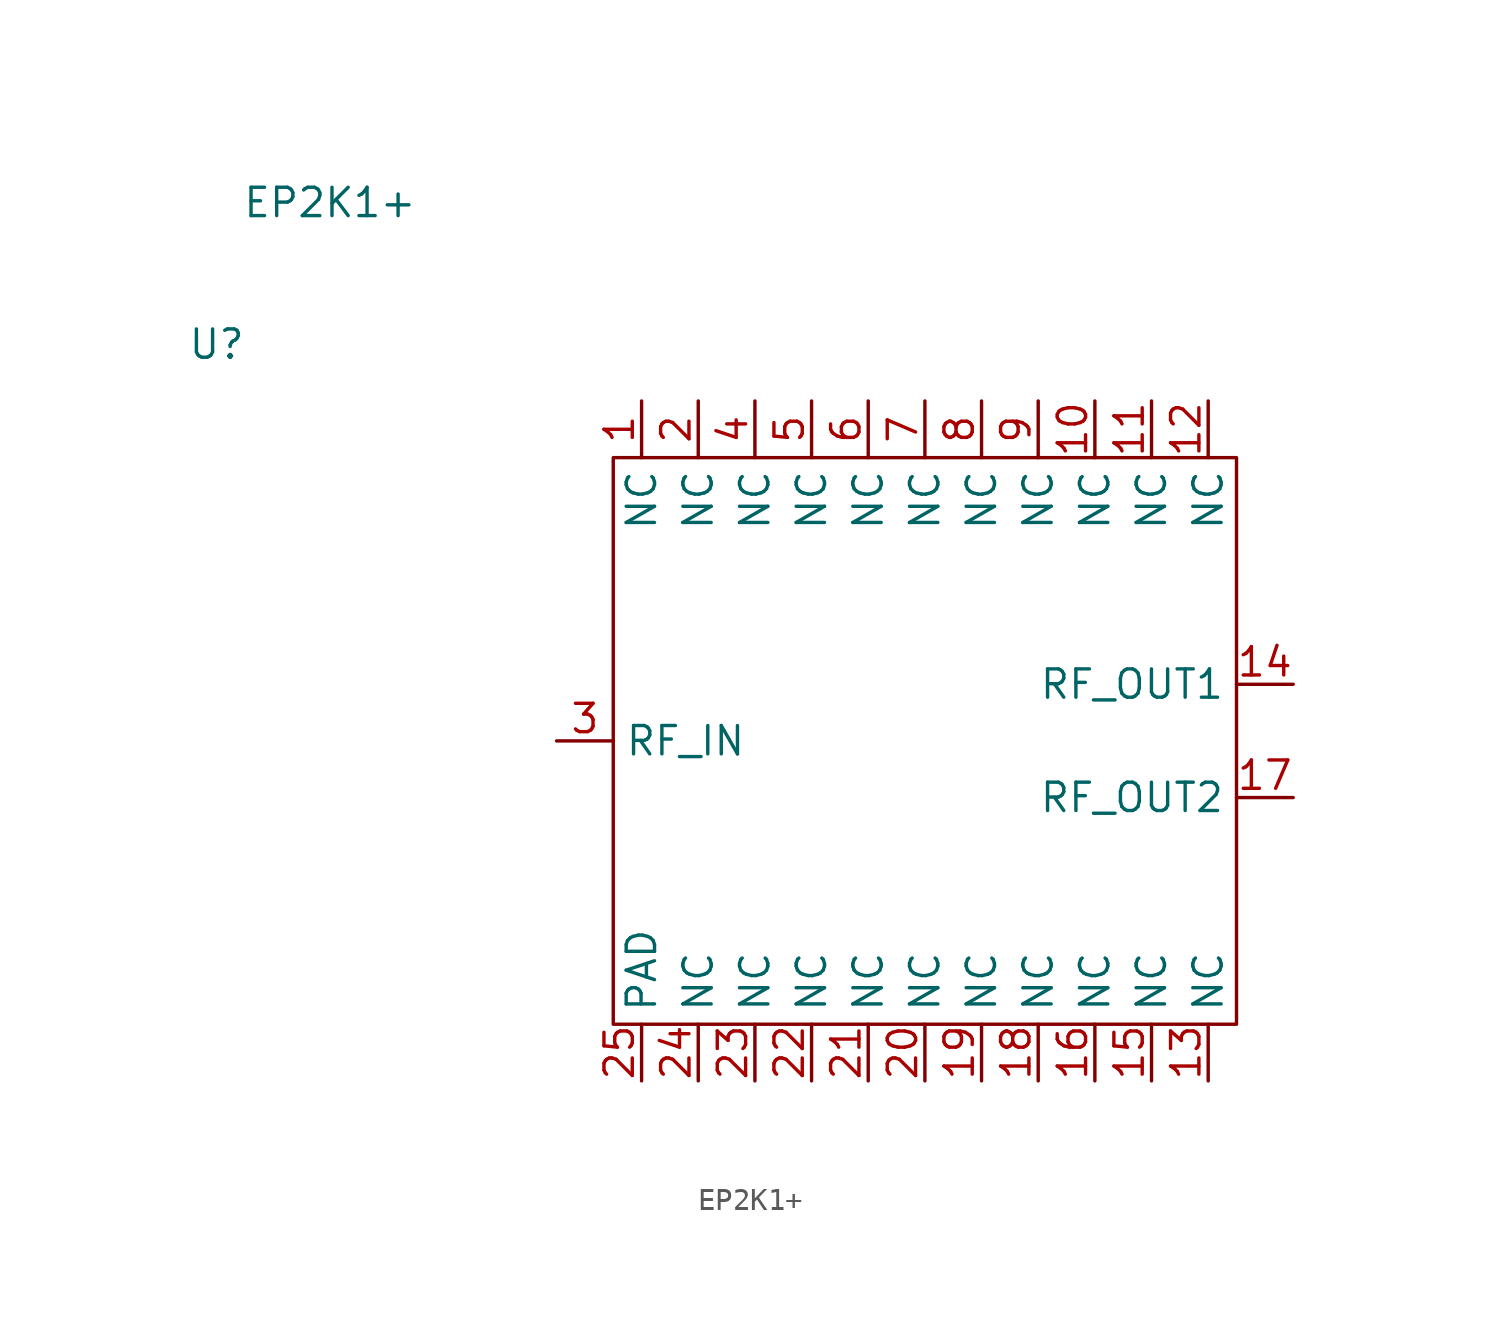
<source format=kicad_sym>
(kicad_symbol_lib
  (version 20211014)
  (generator kicad_symbol_editor)
  (symbol "EP2K1+"
    (property "Reference" "U"
      (at -31.75 17.78 0)
      (effects (font (size 1.27 1.27))))
    (property "Value" "EP2K1+"
      (at -26.67 24.13 0)
      (effects (font (size 1.27 1.27))))
    (symbol "EP2K1+_0_1"
      (rectangle (start -13.97 12.7) (end 13.97 -12.7) (stroke (width 0) (type default) (color 0 0 0 0)) (fill (type none))))
    (symbol "EP2K1+_1_1"
      (pin passive line (at -12.7 15.24 270) (length 2.54) (name "NC" (effects (font (size 1.27 1.27)))) (number "1" (effects (font (size 1.27 1.27)))))
      (pin passive line (at 7.62 15.24 270) (length 2.54) (name "NC" (effects (font (size 1.27 1.27)))) (number "10" (effects (font (size 1.27 1.27)))))
      (pin passive line (at 10.16 15.24 270) (length 2.54) (name "NC" (effects (font (size 1.27 1.27)))) (number "11" (effects (font (size 1.27 1.27)))))
      (pin passive line (at 12.7 15.24 270) (length 2.54) (name "NC" (effects (font (size 1.27 1.27)))) (number "12" (effects (font (size 1.27 1.27)))))
      (pin passive line (at 12.7 -15.24 90) (length 2.54) (name "NC" (effects (font (size 1.27 1.27)))) (number "13" (effects (font (size 1.27 1.27)))))
      (pin output line (at 16.51 2.54 180) (length 2.54) (name "RF_OUT1" (effects (font (size 1.27 1.27)))) (number "14" (effects (font (size 1.27 1.27)))))
      (pin passive line (at 10.16 -15.24 90) (length 2.54) (name "NC" (effects (font (size 1.27 1.27)))) (number "15" (effects (font (size 1.27 1.27)))))
      (pin passive line (at 7.62 -15.24 90) (length 2.54) (name "NC" (effects (font (size 1.27 1.27)))) (number "16" (effects (font (size 1.27 1.27)))))
      (pin output line (at 16.51 -2.54 180) (length 2.54) (name "RF_OUT2" (effects (font (size 1.27 1.27)))) (number "17" (effects (font (size 1.27 1.27)))))
      (pin passive line (at 5.08 -15.24 90) (length 2.54) (name "NC" (effects (font (size 1.27 1.27)))) (number "18" (effects (font (size 1.27 1.27)))))
      (pin passive line (at 2.54 -15.24 90) (length 2.54) (name "NC" (effects (font (size 1.27 1.27)))) (number "19" (effects (font (size 1.27 1.27)))))
      (pin passive line (at -10.16 15.24 270) (length 2.54) (name "NC" (effects (font (size 1.27 1.27)))) (number "2" (effects (font (size 1.27 1.27)))))
      (pin passive line (at 0 -15.24 90) (length 2.54) (name "NC" (effects (font (size 1.27 1.27)))) (number "20" (effects (font (size 1.27 1.27)))))
      (pin passive line (at -2.54 -15.24 90) (length 2.54) (name "NC" (effects (font (size 1.27 1.27)))) (number "21" (effects (font (size 1.27 1.27)))))
      (pin passive line (at -5.08 -15.24 90) (length 2.54) (name "NC" (effects (font (size 1.27 1.27)))) (number "22" (effects (font (size 1.27 1.27)))))
      (pin passive line (at -7.62 -15.24 90) (length 2.54) (name "NC" (effects (font (size 1.27 1.27)))) (number "23" (effects (font (size 1.27 1.27)))))
      (pin passive line (at -10.16 -15.24 90) (length 2.54) (name "NC" (effects (font (size 1.27 1.27)))) (number "24" (effects (font (size 1.27 1.27)))))
      (pin passive line (at -12.7 -15.24 90) (length 2.54) (name "PAD" (effects (font (size 1.27 1.27)))) (number "25" (effects (font (size 1.27 1.27)))))
      (pin input line (at -16.51 0 0) (length 2.54) (name "RF_IN" (effects (font (size 1.27 1.27)))) (number "3" (effects (font (size 1.27 1.27)))))
      (pin passive line (at -7.62 15.24 270) (length 2.54) (name "NC" (effects (font (size 1.27 1.27)))) (number "4" (effects (font (size 1.27 1.27)))))
      (pin passive line (at -5.08 15.24 270) (length 2.54) (name "NC" (effects (font (size 1.27 1.27)))) (number "5" (effects (font (size 1.27 1.27)))))
      (pin passive line (at -2.54 15.24 270) (length 2.54) (name "NC" (effects (font (size 1.27 1.27)))) (number "6" (effects (font (size 1.27 1.27)))))
      (pin passive line (at 0 15.24 270) (length 2.54) (name "NC" (effects (font (size 1.27 1.27)))) (number "7" (effects (font (size 1.27 1.27)))))
      (pin passive line (at 2.54 15.24 270) (length 2.54) (name "NC" (effects (font (size 1.27 1.27)))) (number "8" (effects (font (size 1.27 1.27)))))
      (pin passive line (at 5.08 15.24 270) (length 2.54) (name "NC" (effects (font (size 1.27 1.27)))) (number "9" (effects (font (size 1.27 1.27))))))))
</source>
